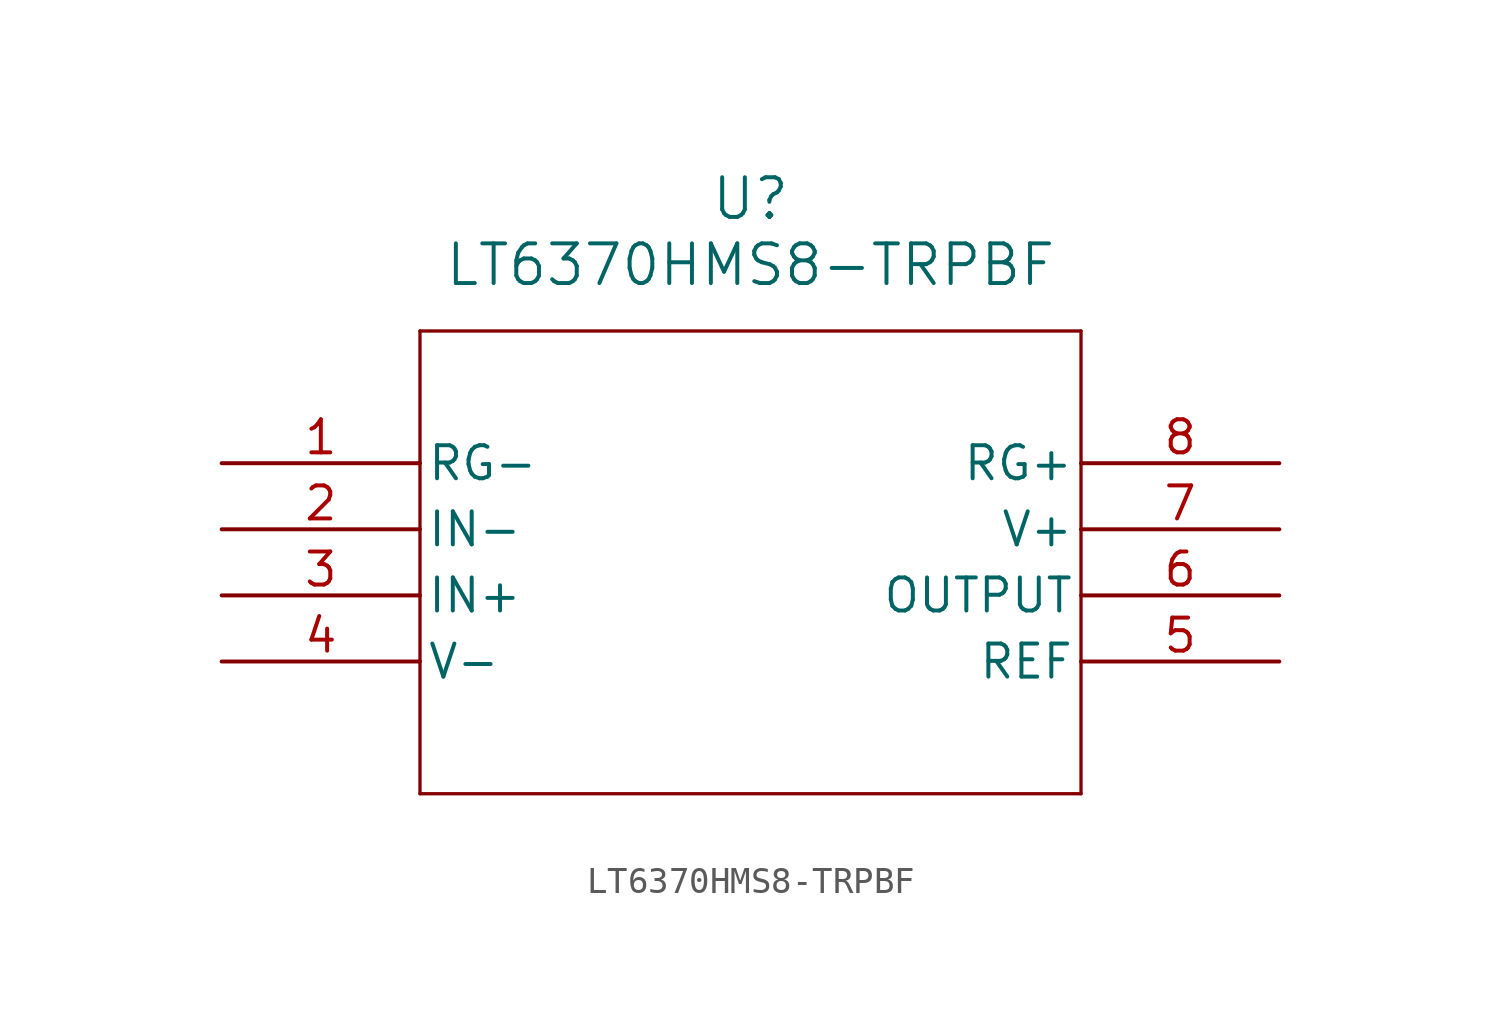
<source format=kicad_sym>
(kicad_symbol_lib
  (version 20211014)
  (generator kicad_symbol_editor)
  (symbol "LT6370HMS8-TRPBF"
    (pin_names
      (offset 0.254))
    (property "Reference" "U"
      (at 20.32 10.16 0)
      (effects (font (size 1.524 1.524))))
    (property "Value" "LT6370HMS8-TRPBF"
      (at 20.32 7.62 0)
      (effects (font (size 1.524 1.524))))
    (symbol "LT6370HMS8-TRPBF_0_1"
      (polyline (pts (xy 7.62 5.08) (xy 7.62 -12.7)) (stroke (width 0.127) (type default) (color 0 0 0 0)) (fill (type none)))
      (polyline (pts (xy 7.62 -12.7) (xy 33.02 -12.7)) (stroke (width 0.127) (type default) (color 0 0 0 0)) (fill (type none)))
      (polyline (pts (xy 33.02 -12.7) (xy 33.02 5.08)) (stroke (width 0.127) (type default) (color 0 0 0 0)) (fill (type none)))
      (polyline (pts (xy 33.02 5.08) (xy 7.62 5.08)) (stroke (width 0.127) (type default) (color 0 0 0 0)) (fill (type none)))
      (pin unspecified line (at 0 0 0) (length 7.62) (name "RG-" (effects (font (size 1.27 1.27)))) (number "1" (effects (font (size 1.27 1.27)))))
      (pin input line (at 0 -2.54 0) (length 7.62) (name "IN-" (effects (font (size 1.27 1.27)))) (number "2" (effects (font (size 1.27 1.27)))))
      (pin input line (at 0 -5.08 0) (length 7.62) (name "IN+" (effects (font (size 1.27 1.27)))) (number "3" (effects (font (size 1.27 1.27)))))
      (pin power_in line (at 0 -7.62 0) (length 7.62) (name "V-" (effects (font (size 1.27 1.27)))) (number "4" (effects (font (size 1.27 1.27)))))
      (pin power_in line (at 40.64 -7.62 180) (length 7.62) (name "REF" (effects (font (size 1.27 1.27)))) (number "5" (effects (font (size 1.27 1.27)))))
      (pin output line (at 40.64 -5.08 180) (length 7.62) (name "OUTPUT" (effects (font (size 1.27 1.27)))) (number "6" (effects (font (size 1.27 1.27)))))
      (pin power_in line (at 40.64 -2.54 180) (length 7.62) (name "V+" (effects (font (size 1.27 1.27)))) (number "7" (effects (font (size 1.27 1.27)))))
      (pin unspecified line (at 40.64 0 180) (length 7.62) (name "RG+" (effects (font (size 1.27 1.27)))) (number "8" (effects (font (size 1.27 1.27))))))))
</source>
